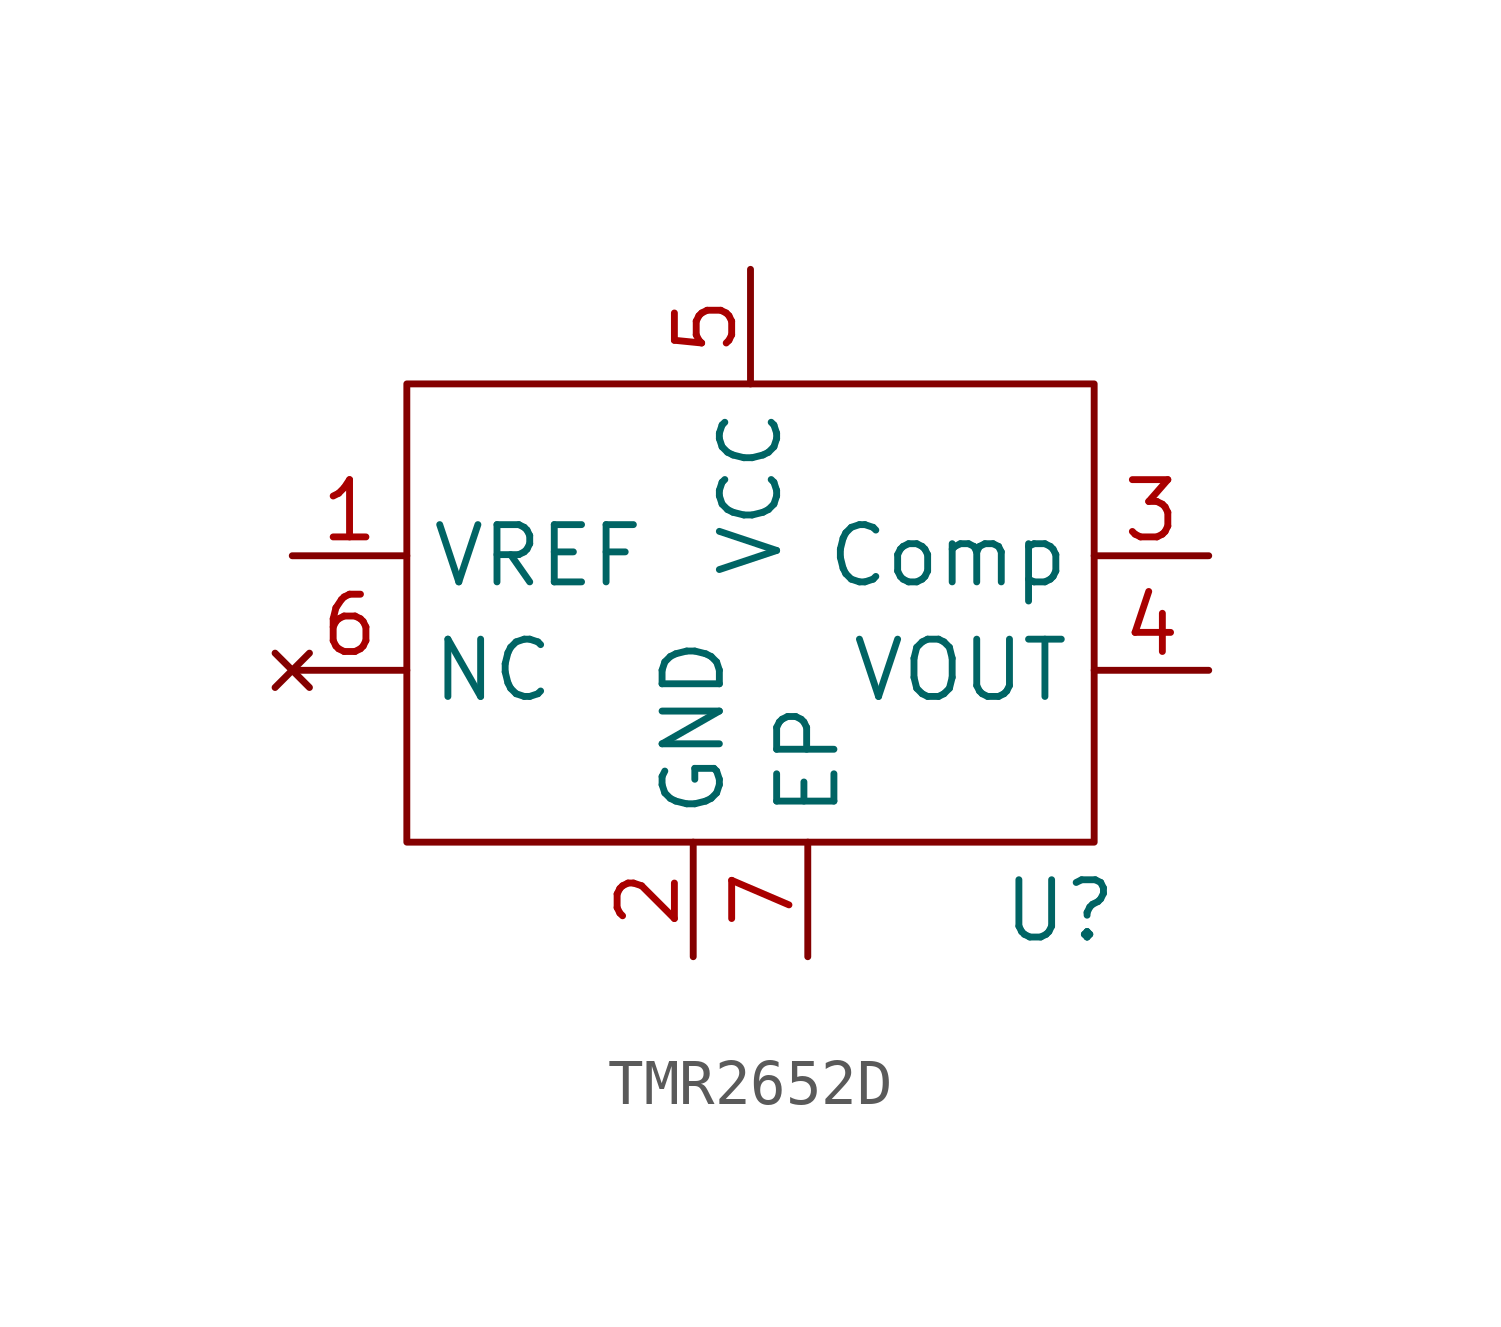
<source format=kicad_sym>
(kicad_symbol_lib
  (version 20241209)
  (generator "kicad_symbol_editor")
  (generator_version "9.0")
  (symbol "TMR2652D"
    (property "Reference" "U"
      (at 6.858 -6.604 0)
      (effects (font (size 1.27 1.27))))
    (property "Value" ""
      (at -8.89 0 0)
      (effects (font (size 1.27 1.27))))
    (symbol "TMR2652D_0_1"
      (rectangle (start -7.62 5.08) (end 7.62 -5.08) (stroke (width 0) (type default)) (fill (type none))))
    (symbol "TMR2652D_1_1"
      (pin passive line (at -10.16 1.27 0) (length 2.54) (name "VREF" (effects (font (size 1.27 1.27)))) (number "1" (effects (font (size 1.27 1.27)))))
      (pin no_connect line (at -10.16 -1.27 0) (length 2.54) (name "NC" (effects (font (size 1.27 1.27)))) (number "6" (effects (font (size 1.27 1.27)))))
      (pin power_in line (at -1.27 -7.62 90) (length 2.54) (name "GND" (effects (font (size 1.27 1.27)))) (number "2" (effects (font (size 1.27 1.27)))))
      (pin power_in line (at 0 7.62 270) (length 2.54) (name "VCC" (effects (font (size 1.27 1.27)))) (number "5" (effects (font (size 1.27 1.27)))))
      (pin power_in line (at 1.27 -7.62 90) (length 2.54) (name "EP" (effects (font (size 1.27 1.27)))) (number "7" (effects (font (size 1.27 1.27)))))
      (pin passive line (at 10.16 1.27 180) (length 2.54) (name "Comp" (effects (font (size 1.27 1.27)))) (number "3" (effects (font (size 1.27 1.27)))))
      (pin output line (at 10.16 -1.27 180) (length 2.54) (name "VOUT" (effects (font (size 1.27 1.27)))) (number "4" (effects (font (size 1.27 1.27))))))))
</source>
